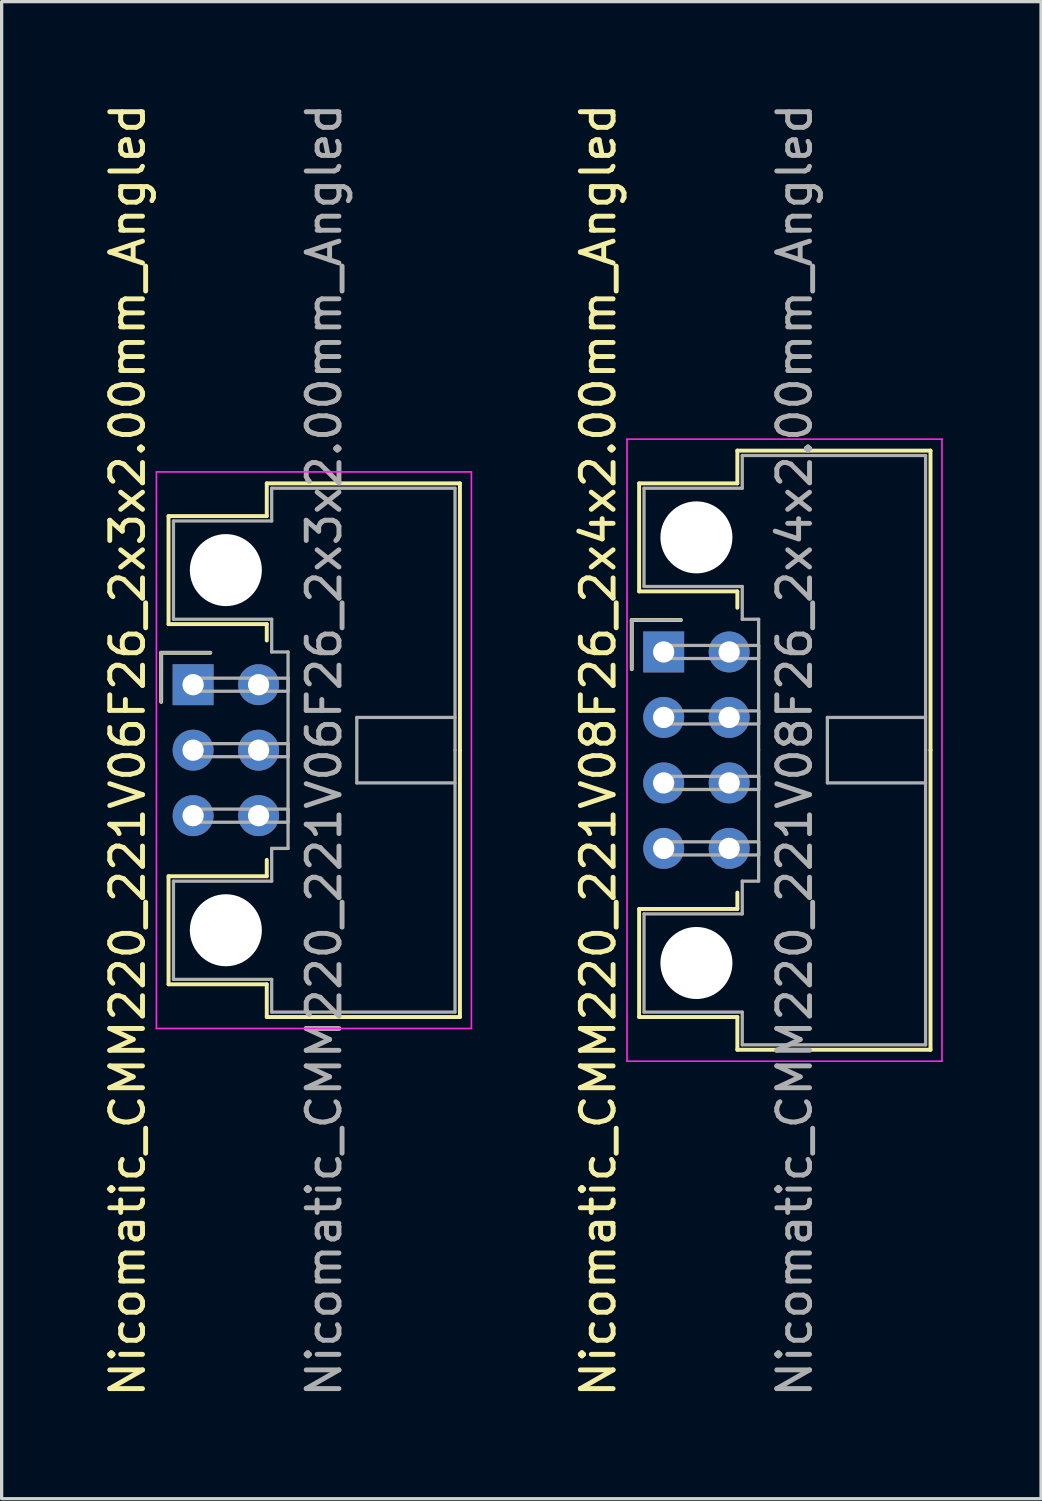
<source format=kicad_pcb>
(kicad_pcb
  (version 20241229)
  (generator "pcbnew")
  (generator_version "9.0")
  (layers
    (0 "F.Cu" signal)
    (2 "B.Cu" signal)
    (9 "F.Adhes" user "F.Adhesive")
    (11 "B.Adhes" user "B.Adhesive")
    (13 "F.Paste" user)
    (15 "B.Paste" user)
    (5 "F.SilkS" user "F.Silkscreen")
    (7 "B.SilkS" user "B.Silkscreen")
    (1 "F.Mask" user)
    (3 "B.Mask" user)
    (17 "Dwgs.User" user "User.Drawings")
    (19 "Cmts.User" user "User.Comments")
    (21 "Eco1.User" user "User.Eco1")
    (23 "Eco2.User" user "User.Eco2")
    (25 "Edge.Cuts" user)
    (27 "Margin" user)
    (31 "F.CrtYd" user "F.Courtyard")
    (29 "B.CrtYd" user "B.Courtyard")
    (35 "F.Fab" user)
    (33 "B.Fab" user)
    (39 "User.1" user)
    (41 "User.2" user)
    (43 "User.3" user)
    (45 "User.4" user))
  (footprint "Nicomatic_CMM220_221V06F26_2x3x2.00mm_Angled"
    (layer "F.Cu")
    (at 2.848 17.863)
    (property "Reference" "Nicomatic_CMM220_221V06F26_2x3x2.00mm_Angled" (at -2 2 90) (layer "F.SilkS") (effects (font (size 1 1) (thickness 0.15))))
    (attr through_hole)
    (fp_line (start -0.975 -0.975) (end -0.975 0.525) (stroke (width 0.12) (type solid)) (layer "F.SilkS"))
    (fp_line (start -0.75 -5.15) (end -0.75 -1.85) (stroke (width 0.12) (type solid)) (layer "F.SilkS"))
    (fp_line (start -0.75 -1.85) (end 2.25 -1.85) (stroke (width 0.12) (type solid)) (layer "F.SilkS"))
    (fp_line (start -0.75 5.85) (end 2.25 5.85) (stroke (width 0.12) (type solid)) (layer "F.SilkS"))
    (fp_line (start -0.75 9.15) (end -0.75 5.85) (stroke (width 0.12) (type solid)) (layer "F.SilkS"))
    (fp_line (start 0.525 -0.975) (end -0.975 -0.975) (stroke (width 0.12) (type solid)) (layer "F.SilkS"))
    (fp_line (start 2.25 -6.15) (end 2.25 -5.15) (stroke (width 0.12) (type solid)) (layer "F.SilkS"))
    (fp_line (start 2.25 -5.15) (end -0.75 -5.15) (stroke (width 0.12) (type solid)) (layer "F.SilkS"))
    (fp_line (start 2.25 -1.85) (end 2.25 -1.35) (stroke (width 0.12) (type solid)) (layer "F.SilkS"))
    (fp_line (start 2.25 5.85) (end 2.25 5.35) (stroke (width 0.12) (type solid)) (layer "F.SilkS"))
    (fp_line (start 2.25 9.15) (end -0.75 9.15) (stroke (width 0.12) (type solid)) (layer "F.SilkS"))
    (fp_line (start 2.25 10.15) (end 2.25 9.15) (stroke (width 0.12) (type solid)) (layer "F.SilkS"))
    (fp_line (start 8.15 -6.15) (end 2.25 -6.15) (stroke (width 0.12) (type solid)) (layer "F.SilkS"))
    (fp_line (start 8.15 2) (end 8.15 -6.15) (stroke (width 0.12) (type solid)) (layer "F.SilkS"))
    (fp_line (start 8.15 2) (end 8.15 10.15) (stroke (width 0.12) (type solid)) (layer "F.SilkS"))
    (fp_line (start 8.15 10.15) (end 2.25 10.15) (stroke (width 0.12) (type solid)) (layer "F.SilkS"))
    (fp_line (start -1.12 -6.5) (end -1.12 10.5) (stroke (width 0.05) (type solid)) (layer "F.CrtYd"))
    (fp_line (start -1.12 10.5) (end 8.5 10.5) (stroke (width 0.05) (type solid)) (layer "F.CrtYd"))
    (fp_line (start 8.5 -6.5) (end -1.12 -6.5) (stroke (width 0.05) (type solid)) (layer "F.CrtYd"))
    (fp_line (start 8.5 10.5) (end 8.5 -6.5) (stroke (width 0.05) (type solid)) (layer "F.CrtYd"))
    (fp_line (start -0.975 -0.975) (end -0.975 0.525) (stroke (width 0.1) (type solid)) (layer "F.Fab"))
    (fp_line (start -0.6 -5) (end -0.6 -2) (stroke (width 0.1) (type solid)) (layer "F.Fab"))
    (fp_line (start -0.6 -2) (end 2.4 -2) (stroke (width 0.1) (type solid)) (layer "F.Fab"))
    (fp_line (start -0.6 6) (end 2.4 6) (stroke (width 0.1) (type solid)) (layer "F.Fab"))
    (fp_line (start -0.6 9) (end -0.6 6) (stroke (width 0.1) (type solid)) (layer "F.Fab"))
    (fp_line (start 0 -0.2) (end 0 0.2) (stroke (width 0.1) (type solid)) (layer "F.Fab"))
    (fp_line (start 0 0.2) (end 2.9 0.2) (stroke (width 0.1) (type solid)) (layer "F.Fab"))
    (fp_line (start 0 1.8) (end 0 2.2) (stroke (width 0.1) (type solid)) (layer "F.Fab"))
    (fp_line (start 0 2.2) (end 2.9 2.2) (stroke (width 0.1) (type solid)) (layer "F.Fab"))
    (fp_line (start 0 3.8) (end 0 4.2) (stroke (width 0.1) (type solid)) (layer "F.Fab"))
    (fp_line (start 0 4.2) (end 2.9 4.2) (stroke (width 0.1) (type solid)) (layer "F.Fab"))
    (fp_line (start 0.525 -0.975) (end -0.975 -0.975) (stroke (width 0.1) (type solid)) (layer "F.Fab"))
    (fp_line (start 2.4 -6) (end 2.4 -5) (stroke (width 0.1) (type solid)) (layer "F.Fab"))
    (fp_line (start 2.4 -5) (end -0.6 -5) (stroke (width 0.1) (type solid)) (layer "F.Fab"))
    (fp_line (start 2.4 -2) (end 2.4 -1) (stroke (width 0.1) (type solid)) (layer "F.Fab"))
    (fp_line (start 2.4 -1) (end 2.9 -1) (stroke (width 0.1) (type solid)) (layer "F.Fab"))
    (fp_line (start 2.4 5) (end 2.9 5) (stroke (width 0.1) (type solid)) (layer "F.Fab"))
    (fp_line (start 2.4 6) (end 2.4 5) (stroke (width 0.1) (type solid)) (layer "F.Fab"))
    (fp_line (start 2.4 9) (end -0.6 9) (stroke (width 0.1) (type solid)) (layer "F.Fab"))
    (fp_line (start 2.4 10) (end 2.4 9) (stroke (width 0.1) (type solid)) (layer "F.Fab"))
    (fp_line (start 2.9 -1) (end 2.9 2) (stroke (width 0.1) (type solid)) (layer "F.Fab"))
    (fp_line (start 2.9 -0.2) (end 0 -0.2) (stroke (width 0.1) (type solid)) (layer "F.Fab"))
    (fp_line (start 2.9 0.2) (end 2.9 -0.2) (stroke (width 0.1) (type solid)) (layer "F.Fab"))
    (fp_line (start 2.9 1.8) (end 0 1.8) (stroke (width 0.1) (type solid)) (layer "F.Fab"))
    (fp_line (start 2.9 2.2) (end 2.9 1.8) (stroke (width 0.1) (type solid)) (layer "F.Fab"))
    (fp_line (start 2.9 3.8) (end 0 3.8) (stroke (width 0.1) (type solid)) (layer "F.Fab"))
    (fp_line (start 2.9 4.2) (end 2.9 3.8) (stroke (width 0.1) (type solid)) (layer "F.Fab"))
    (fp_line (start 2.9 5) (end 2.9 2) (stroke (width 0.1) (type solid)) (layer "F.Fab"))
    (fp_line (start 5 1) (end 5 3) (stroke (width 0.1) (type solid)) (layer "F.Fab"))
    (fp_line (start 5 3) (end 8 3) (stroke (width 0.1) (type solid)) (layer "F.Fab"))
    (fp_line (start 8 -6) (end 2.4 -6) (stroke (width 0.1) (type solid)) (layer "F.Fab"))
    (fp_line (start 8 1) (end 5 1) (stroke (width 0.1) (type solid)) (layer "F.Fab"))
    (fp_line (start 8 2) (end 8 -6) (stroke (width 0.1) (type solid)) (layer "F.Fab"))
    (fp_line (start 8 2) (end 8 10) (stroke (width 0.1) (type solid)) (layer "F.Fab"))
    (fp_line (start 8 10) (end 2.4 10) (stroke (width 0.1) (type solid)) (layer "F.Fab"))
    (fp_text user "${REFERENCE}" (at 4 2 90) (layer "F.Fab") (effects (font (size 1 1) (thickness 0.15))))
    (pad "" np_thru_hole circle (at 1 -3.5) (size 2.2 2.2) (drill 2.2) (layers "*.Cu" "*.Mask"))
    (pad "" np_thru_hole circle (at 1 7.5) (size 2.2 2.2) (drill 2.2) (layers "*.Cu" "*.Mask"))
    (pad "1" thru_hole rect (at 0 0) (size 1.25 1.25) (drill 0.65) (layers "*.Cu" "*.Mask"))
    (pad "2" thru_hole oval (at 0 2) (size 1.25 1.25) (drill 0.65) (layers "*.Cu" "*.Mask"))
    (pad "3" thru_hole oval (at 0 4) (size 1.25 1.25) (drill 0.65) (layers "*.Cu" "*.Mask"))
    (pad "4" thru_hole oval (at 2 0) (size 1.25 1.25) (drill 0.65) (layers "*.Cu" "*.Mask"))
    (pad "5" thru_hole oval (at 2 2) (size 1.25 1.25) (drill 0.65) (layers "*.Cu" "*.Mask"))
    (pad "6" thru_hole oval (at 2 4) (size 1.25 1.25) (drill 0.65) (layers "*.Cu" "*.Mask")))
  (footprint "Nicomatic_CMM220_221V08F26_2x4x2.00mm_Angled"
    (layer "F.Cu")
    (at 17.221 16.863)
    (property "Reference" "Nicomatic_CMM220_221V08F26_2x4x2.00mm_Angled" (at -2 3 90) (layer "F.SilkS") (effects (font (size 1 1) (thickness 0.15))))
    (attr through_hole)
    (fp_line (start -0.975 -0.975) (end -0.975 0.525) (stroke (width 0.12) (type solid)) (layer "F.SilkS"))
    (fp_line (start -0.75 -5.15) (end -0.75 -1.85) (stroke (width 0.12) (type solid)) (layer "F.SilkS"))
    (fp_line (start -0.75 -1.85) (end 2.25 -1.85) (stroke (width 0.12) (type solid)) (layer "F.SilkS"))
    (fp_line (start -0.75 7.85) (end 2.25 7.85) (stroke (width 0.12) (type solid)) (layer "F.SilkS"))
    (fp_line (start -0.75 11.15) (end -0.75 7.85) (stroke (width 0.12) (type solid)) (layer "F.SilkS"))
    (fp_line (start 0.525 -0.975) (end -0.975 -0.975) (stroke (width 0.12) (type solid)) (layer "F.SilkS"))
    (fp_line (start 2.25 -6.15) (end 2.25 -5.15) (stroke (width 0.12) (type solid)) (layer "F.SilkS"))
    (fp_line (start 2.25 -5.15) (end -0.75 -5.15) (stroke (width 0.12) (type solid)) (layer "F.SilkS"))
    (fp_line (start 2.25 -1.85) (end 2.25 -1.35) (stroke (width 0.12) (type solid)) (layer "F.SilkS"))
    (fp_line (start 2.25 7.85) (end 2.25 7.35) (stroke (width 0.12) (type solid)) (layer "F.SilkS"))
    (fp_line (start 2.25 11.15) (end -0.75 11.15) (stroke (width 0.12) (type solid)) (layer "F.SilkS"))
    (fp_line (start 2.25 12.15) (end 2.25 11.15) (stroke (width 0.12) (type solid)) (layer "F.SilkS"))
    (fp_line (start 8.15 -6.15) (end 2.25 -6.15) (stroke (width 0.12) (type solid)) (layer "F.SilkS"))
    (fp_line (start 8.15 3) (end 8.15 -6.15) (stroke (width 0.12) (type solid)) (layer "F.SilkS"))
    (fp_line (start 8.15 3) (end 8.15 12.15) (stroke (width 0.12) (type solid)) (layer "F.SilkS"))
    (fp_line (start 8.15 12.15) (end 2.25 12.15) (stroke (width 0.12) (type solid)) (layer "F.SilkS"))
    (fp_line (start -1.12 -6.5) (end -1.12 12.5) (stroke (width 0.05) (type solid)) (layer "F.CrtYd"))
    (fp_line (start -1.12 12.5) (end 8.5 12.5) (stroke (width 0.05) (type solid)) (layer "F.CrtYd"))
    (fp_line (start 8.5 -6.5) (end -1.12 -6.5) (stroke (width 0.05) (type solid)) (layer "F.CrtYd"))
    (fp_line (start 8.5 12.5) (end 8.5 -6.5) (stroke (width 0.05) (type solid)) (layer "F.CrtYd"))
    (fp_line (start -0.975 -0.975) (end -0.975 0.525) (stroke (width 0.1) (type solid)) (layer "F.Fab"))
    (fp_line (start -0.6 -5) (end -0.6 -2) (stroke (width 0.1) (type solid)) (layer "F.Fab"))
    (fp_line (start -0.6 -2) (end 2.4 -2) (stroke (width 0.1) (type solid)) (layer "F.Fab"))
    (fp_line (start -0.6 8) (end 2.4 8) (stroke (width 0.1) (type solid)) (layer "F.Fab"))
    (fp_line (start -0.6 11) (end -0.6 8) (stroke (width 0.1) (type solid)) (layer "F.Fab"))
    (fp_line (start 0 -0.2) (end 0 0.2) (stroke (width 0.1) (type solid)) (layer "F.Fab"))
    (fp_line (start 0 0.2) (end 2.9 0.2) (stroke (width 0.1) (type solid)) (layer "F.Fab"))
    (fp_line (start 0 1.8) (end 0 2.2) (stroke (width 0.1) (type solid)) (layer "F.Fab"))
    (fp_line (start 0 2.2) (end 2.9 2.2) (stroke (width 0.1) (type solid)) (layer "F.Fab"))
    (fp_line (start 0 3.8) (end 0 4.2) (stroke (width 0.1) (type solid)) (layer "F.Fab"))
    (fp_line (start 0 4.2) (end 2.9 4.2) (stroke (width 0.1) (type solid)) (layer "F.Fab"))
    (fp_line (start 0 5.8) (end 0 6.2) (stroke (width 0.1) (type solid)) (layer "F.Fab"))
    (fp_line (start 0 6.2) (end 2.9 6.2) (stroke (width 0.1) (type solid)) (layer "F.Fab"))
    (fp_line (start 0.525 -0.975) (end -0.975 -0.975) (stroke (width 0.1) (type solid)) (layer "F.Fab"))
    (fp_line (start 2.4 -6) (end 2.4 -5) (stroke (width 0.1) (type solid)) (layer "F.Fab"))
    (fp_line (start 2.4 -5) (end -0.6 -5) (stroke (width 0.1) (type solid)) (layer "F.Fab"))
    (fp_line (start 2.4 -2) (end 2.4 -1) (stroke (width 0.1) (type solid)) (layer "F.Fab"))
    (fp_line (start 2.4 -1) (end 2.9 -1) (stroke (width 0.1) (type solid)) (layer "F.Fab"))
    (fp_line (start 2.4 7) (end 2.9 7) (stroke (width 0.1) (type solid)) (layer "F.Fab"))
    (fp_line (start 2.4 8) (end 2.4 7) (stroke (width 0.1) (type solid)) (layer "F.Fab"))
    (fp_line (start 2.4 11) (end -0.6 11) (stroke (width 0.1) (type solid)) (layer "F.Fab"))
    (fp_line (start 2.4 12) (end 2.4 11) (stroke (width 0.1) (type solid)) (layer "F.Fab"))
    (fp_line (start 2.9 -1) (end 2.9 3) (stroke (width 0.1) (type solid)) (layer "F.Fab"))
    (fp_line (start 2.9 -0.2) (end 0 -0.2) (stroke (width 0.1) (type solid)) (layer "F.Fab"))
    (fp_line (start 2.9 0.2) (end 2.9 -0.2) (stroke (width 0.1) (type solid)) (layer "F.Fab"))
    (fp_line (start 2.9 1.8) (end 0 1.8) (stroke (width 0.1) (type solid)) (layer "F.Fab"))
    (fp_line (start 2.9 2.2) (end 2.9 1.8) (stroke (width 0.1) (type solid)) (layer "F.Fab"))
    (fp_line (start 2.9 3.8) (end 0 3.8) (stroke (width 0.1) (type solid)) (layer "F.Fab"))
    (fp_line (start 2.9 4.2) (end 2.9 3.8) (stroke (width 0.1) (type solid)) (layer "F.Fab"))
    (fp_line (start 2.9 5.8) (end 0 5.8) (stroke (width 0.1) (type solid)) (layer "F.Fab"))
    (fp_line (start 2.9 6.2) (end 2.9 5.8) (stroke (width 0.1) (type solid)) (layer "F.Fab"))
    (fp_line (start 2.9 7) (end 2.9 3) (stroke (width 0.1) (type solid)) (layer "F.Fab"))
    (fp_line (start 5 2) (end 5 4) (stroke (width 0.1) (type solid)) (layer "F.Fab"))
    (fp_line (start 5 4) (end 8 4) (stroke (width 0.1) (type solid)) (layer "F.Fab"))
    (fp_line (start 8 -6) (end 2.4 -6) (stroke (width 0.1) (type solid)) (layer "F.Fab"))
    (fp_line (start 8 2) (end 5 2) (stroke (width 0.1) (type solid)) (layer "F.Fab"))
    (fp_line (start 8 3) (end 8 -6) (stroke (width 0.1) (type solid)) (layer "F.Fab"))
    (fp_line (start 8 3) (end 8 12) (stroke (width 0.1) (type solid)) (layer "F.Fab"))
    (fp_line (start 8 12) (end 2.4 12) (stroke (width 0.1) (type solid)) (layer "F.Fab"))
    (fp_text user "${REFERENCE}" (at 4 3 90) (layer "F.Fab") (effects (font (size 1 1) (thickness 0.15))))
    (pad "" np_thru_hole circle (at 1 -3.5) (size 2.2 2.2) (drill 2.2) (layers "*.Cu" "*.Mask"))
    (pad "" np_thru_hole circle (at 1 9.5) (size 2.2 2.2) (drill 2.2) (layers "*.Cu" "*.Mask"))
    (pad "1" thru_hole rect (at 0 0) (size 1.25 1.25) (drill 0.65) (layers "*.Cu" "*.Mask"))
    (pad "2" thru_hole oval (at 0 2) (size 1.25 1.25) (drill 0.65) (layers "*.Cu" "*.Mask"))
    (pad "3" thru_hole oval (at 0 4) (size 1.25 1.25) (drill 0.65) (layers "*.Cu" "*.Mask"))
    (pad "4" thru_hole oval (at 0 6) (size 1.25 1.25) (drill 0.65) (layers "*.Cu" "*.Mask"))
    (pad "5" thru_hole oval (at 2 0) (size 1.25 1.25) (drill 0.65) (layers "*.Cu" "*.Mask"))
    (pad "6" thru_hole oval (at 2 2) (size 1.25 1.25) (drill 0.65) (layers "*.Cu" "*.Mask"))
    (pad "7" thru_hole oval (at 2 4) (size 1.25 1.25) (drill 0.65) (layers "*.Cu" "*.Mask"))
    (pad "8" thru_hole oval (at 2 6) (size 1.25 1.25) (drill 0.65) (layers "*.Cu" "*.Mask")))
  (gr_rect
    (start -3 -3)
    (end 28.747 42.726)
    (stroke (width 0.1) (type default))
    (fill no)
    (layer "Edge.Cuts")))
</source>
